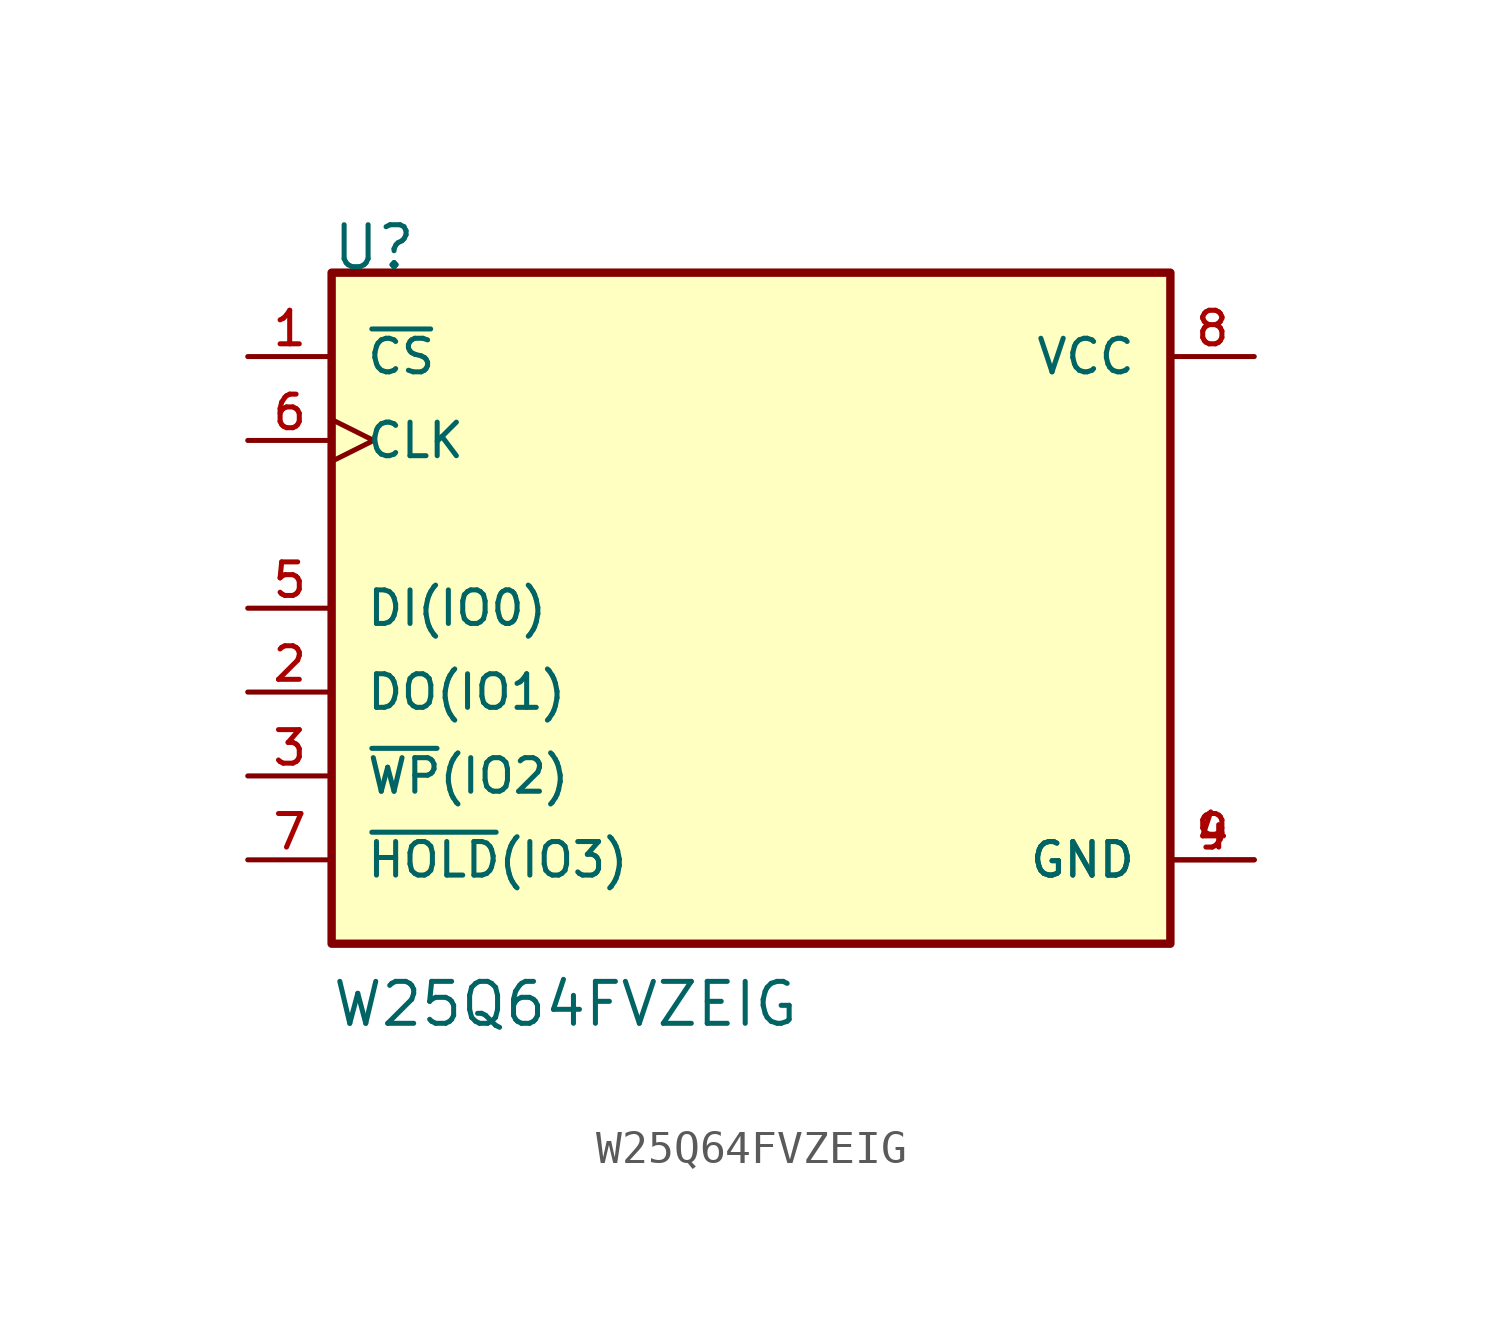
<source format=kicad_sym>
(kicad_symbol_lib
  (version 20211014)
  (generator kicad_symbol_editor)
  (symbol "W25Q64FVZEIG"
    (pin_names
      (offset 1.016))
    (property "Reference" "U"
      (at -12.724 10.179 0)
      (effects (font (size 1.27 1.27)) (justify bottom left)))
    (property "Value" "W25Q64FVZEIG"
      (at -12.734 -12.734 0)
      (effects (font (size 1.27 1.27)) (justify bottom left)))
    (symbol "W25Q64FVZEIG_0_0"
      (rectangle (start -12.7 -10.16) (end 12.7 10.16) (stroke (width 0.254)) (fill (type background)))
      (pin input line (at -15.24 7.62 0) (length 2.54) (name "~{CS}" (effects (font (size 1.016 1.016)))) (number "1" (effects (font (size 1.016 1.016)))))
      (pin bidirectional line (at -15.24 -2.54 0) (length 2.54) (name "DO(IO1)" (effects (font (size 1.016 1.016)))) (number "2" (effects (font (size 1.016 1.016)))))
      (pin bidirectional line (at -15.24 -5.08 0) (length 2.54) (name "~{WP}(IO2)" (effects (font (size 1.016 1.016)))) (number "3" (effects (font (size 1.016 1.016)))))
      (pin power_in line (at 15.24 -7.62 180.0) (length 2.54) (name "GND" (effects (font (size 1.016 1.016)))) (number "4" (effects (font (size 1.016 1.016)))))
      (pin power_in line (at 15.24 -7.62 180.0) (length 2.54) (name "GND" (effects (font (size 1.016 1.016)))) (number "9" (effects (font (size 1.016 1.016)))))
      (pin bidirectional line (at -15.24 0.0 0) (length 2.54) (name "DI(IO0)" (effects (font (size 1.016 1.016)))) (number "5" (effects (font (size 1.016 1.016)))))
      (pin input clock (at -15.24 5.08 0) (length 2.54) (name "CLK" (effects (font (size 1.016 1.016)))) (number "6" (effects (font (size 1.016 1.016)))))
      (pin bidirectional line (at -15.24 -7.62 0) (length 2.54) (name "~{HOLD}(IO3)" (effects (font (size 1.016 1.016)))) (number "7" (effects (font (size 1.016 1.016)))))
      (pin power_in line (at 15.24 7.62 180.0) (length 2.54) (name "VCC" (effects (font (size 1.016 1.016)))) (number "8" (effects (font (size 1.016 1.016))))))))
</source>
